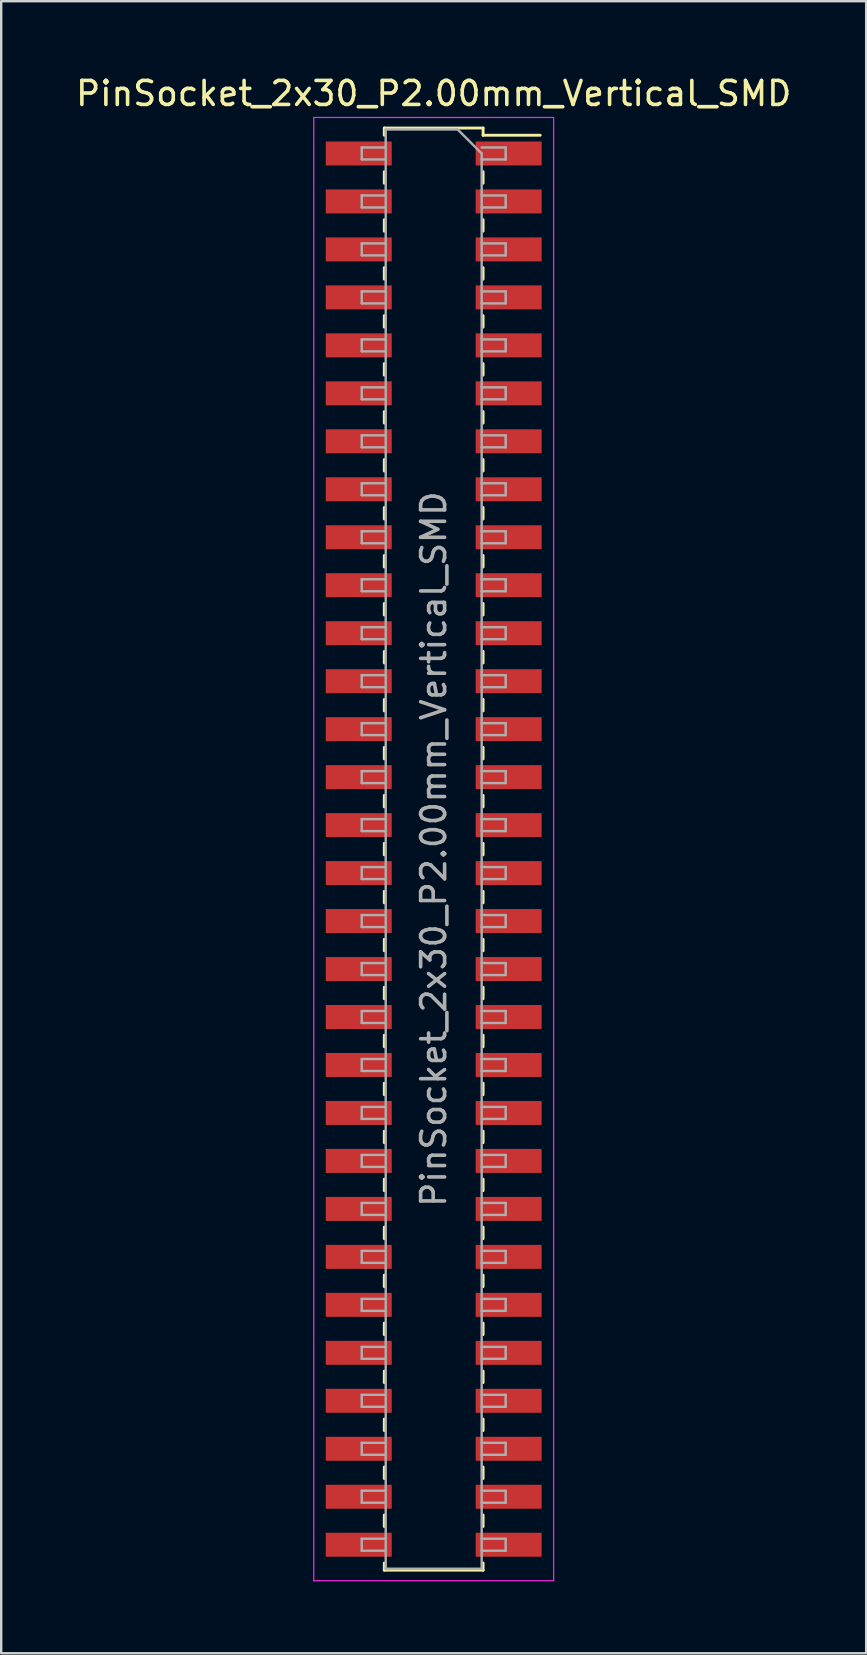
<source format=kicad_pcb>
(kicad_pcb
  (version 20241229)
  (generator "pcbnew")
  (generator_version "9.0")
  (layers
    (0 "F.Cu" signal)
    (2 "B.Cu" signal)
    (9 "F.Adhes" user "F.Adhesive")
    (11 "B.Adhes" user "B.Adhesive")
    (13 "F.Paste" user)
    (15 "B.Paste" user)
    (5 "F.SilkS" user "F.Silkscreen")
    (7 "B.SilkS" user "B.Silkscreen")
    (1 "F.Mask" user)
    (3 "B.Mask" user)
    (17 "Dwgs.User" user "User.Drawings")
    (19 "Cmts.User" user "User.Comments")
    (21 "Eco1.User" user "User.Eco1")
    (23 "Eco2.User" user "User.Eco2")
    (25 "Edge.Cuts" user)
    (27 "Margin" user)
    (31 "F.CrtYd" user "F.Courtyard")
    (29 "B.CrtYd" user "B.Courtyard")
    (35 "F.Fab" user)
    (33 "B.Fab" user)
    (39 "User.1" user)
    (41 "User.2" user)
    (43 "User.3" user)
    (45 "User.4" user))
  (footprint "PinSocket_2x30_P2.00mm_Vertical_SMD"
    (layer "F.Cu")
    (at 15.03 32.348)
    (property "Reference" "PinSocket_2x30_P2.00mm_Vertical_SMD" (at 0 -31.5 0) (layer "F.SilkS") (effects (font (size 1 1) (thickness 0.15))))
    (attr smd)
    (fp_line (start -2.06 -30.06) (end -2.06 -29.76) (stroke (width 0.12) (type solid)) (layer "F.SilkS"))
    (fp_line (start -2.06 -30.06) (end 2.06 -30.06) (stroke (width 0.12) (type solid)) (layer "F.SilkS"))
    (fp_line (start -2.06 -28.24) (end -2.06 -27.76) (stroke (width 0.12) (type solid)) (layer "F.SilkS"))
    (fp_line (start -2.06 -26.24) (end -2.06 -25.76) (stroke (width 0.12) (type solid)) (layer "F.SilkS"))
    (fp_line (start -2.06 -24.24) (end -2.06 -23.76) (stroke (width 0.12) (type solid)) (layer "F.SilkS"))
    (fp_line (start -2.06 -22.24) (end -2.06 -21.76) (stroke (width 0.12) (type solid)) (layer "F.SilkS"))
    (fp_line (start -2.06 -20.24) (end -2.06 -19.76) (stroke (width 0.12) (type solid)) (layer "F.SilkS"))
    (fp_line (start -2.06 -18.24) (end -2.06 -17.76) (stroke (width 0.12) (type solid)) (layer "F.SilkS"))
    (fp_line (start -2.06 -16.24) (end -2.06 -15.76) (stroke (width 0.12) (type solid)) (layer "F.SilkS"))
    (fp_line (start -2.06 -14.24) (end -2.06 -13.76) (stroke (width 0.12) (type solid)) (layer "F.SilkS"))
    (fp_line (start -2.06 -12.24) (end -2.06 -11.76) (stroke (width 0.12) (type solid)) (layer "F.SilkS"))
    (fp_line (start -2.06 -10.24) (end -2.06 -9.76) (stroke (width 0.12) (type solid)) (layer "F.SilkS"))
    (fp_line (start -2.06 -8.24) (end -2.06 -7.76) (stroke (width 0.12) (type solid)) (layer "F.SilkS"))
    (fp_line (start -2.06 -6.24) (end -2.06 -5.76) (stroke (width 0.12) (type solid)) (layer "F.SilkS"))
    (fp_line (start -2.06 -4.24) (end -2.06 -3.76) (stroke (width 0.12) (type solid)) (layer "F.SilkS"))
    (fp_line (start -2.06 -2.24) (end -2.06 -1.76) (stroke (width 0.12) (type solid)) (layer "F.SilkS"))
    (fp_line (start -2.06 -0.24) (end -2.06 0.24) (stroke (width 0.12) (type solid)) (layer "F.SilkS"))
    (fp_line (start -2.06 1.76) (end -2.06 2.24) (stroke (width 0.12) (type solid)) (layer "F.SilkS"))
    (fp_line (start -2.06 3.76) (end -2.06 4.24) (stroke (width 0.12) (type solid)) (layer "F.SilkS"))
    (fp_line (start -2.06 5.76) (end -2.06 6.24) (stroke (width 0.12) (type solid)) (layer "F.SilkS"))
    (fp_line (start -2.06 7.76) (end -2.06 8.24) (stroke (width 0.12) (type solid)) (layer "F.SilkS"))
    (fp_line (start -2.06 9.76) (end -2.06 10.24) (stroke (width 0.12) (type solid)) (layer "F.SilkS"))
    (fp_line (start -2.06 11.76) (end -2.06 12.24) (stroke (width 0.12) (type solid)) (layer "F.SilkS"))
    (fp_line (start -2.06 13.76) (end -2.06 14.24) (stroke (width 0.12) (type solid)) (layer "F.SilkS"))
    (fp_line (start -2.06 15.76) (end -2.06 16.24) (stroke (width 0.12) (type solid)) (layer "F.SilkS"))
    (fp_line (start -2.06 17.76) (end -2.06 18.24) (stroke (width 0.12) (type solid)) (layer "F.SilkS"))
    (fp_line (start -2.06 19.76) (end -2.06 20.24) (stroke (width 0.12) (type solid)) (layer "F.SilkS"))
    (fp_line (start -2.06 21.76) (end -2.06 22.24) (stroke (width 0.12) (type solid)) (layer "F.SilkS"))
    (fp_line (start -2.06 23.76) (end -2.06 24.24) (stroke (width 0.12) (type solid)) (layer "F.SilkS"))
    (fp_line (start -2.06 25.76) (end -2.06 26.24) (stroke (width 0.12) (type solid)) (layer "F.SilkS"))
    (fp_line (start -2.06 27.76) (end -2.06 28.24) (stroke (width 0.12) (type solid)) (layer "F.SilkS"))
    (fp_line (start -2.06 29.76) (end -2.06 30.06) (stroke (width 0.12) (type solid)) (layer "F.SilkS"))
    (fp_line (start -2.06 30.06) (end 2.06 30.06) (stroke (width 0.12) (type solid)) (layer "F.SilkS"))
    (fp_line (start 2.06 -30.06) (end 2.06 -29.76) (stroke (width 0.12) (type solid)) (layer "F.SilkS"))
    (fp_line (start 2.06 -29.76) (end 4.44 -29.76) (stroke (width 0.12) (type solid)) (layer "F.SilkS"))
    (fp_line (start 2.06 -28.24) (end 2.06 -27.76) (stroke (width 0.12) (type solid)) (layer "F.SilkS"))
    (fp_line (start 2.06 -26.24) (end 2.06 -25.76) (stroke (width 0.12) (type solid)) (layer "F.SilkS"))
    (fp_line (start 2.06 -24.24) (end 2.06 -23.76) (stroke (width 0.12) (type solid)) (layer "F.SilkS"))
    (fp_line (start 2.06 -22.24) (end 2.06 -21.76) (stroke (width 0.12) (type solid)) (layer "F.SilkS"))
    (fp_line (start 2.06 -20.24) (end 2.06 -19.76) (stroke (width 0.12) (type solid)) (layer "F.SilkS"))
    (fp_line (start 2.06 -18.24) (end 2.06 -17.76) (stroke (width 0.12) (type solid)) (layer "F.SilkS"))
    (fp_line (start 2.06 -16.24) (end 2.06 -15.76) (stroke (width 0.12) (type solid)) (layer "F.SilkS"))
    (fp_line (start 2.06 -14.24) (end 2.06 -13.76) (stroke (width 0.12) (type solid)) (layer "F.SilkS"))
    (fp_line (start 2.06 -12.24) (end 2.06 -11.76) (stroke (width 0.12) (type solid)) (layer "F.SilkS"))
    (fp_line (start 2.06 -10.24) (end 2.06 -9.76) (stroke (width 0.12) (type solid)) (layer "F.SilkS"))
    (fp_line (start 2.06 -8.24) (end 2.06 -7.76) (stroke (width 0.12) (type solid)) (layer "F.SilkS"))
    (fp_line (start 2.06 -6.24) (end 2.06 -5.76) (stroke (width 0.12) (type solid)) (layer "F.SilkS"))
    (fp_line (start 2.06 -4.24) (end 2.06 -3.76) (stroke (width 0.12) (type solid)) (layer "F.SilkS"))
    (fp_line (start 2.06 -2.24) (end 2.06 -1.76) (stroke (width 0.12) (type solid)) (layer "F.SilkS"))
    (fp_line (start 2.06 -0.24) (end 2.06 0.24) (stroke (width 0.12) (type solid)) (layer "F.SilkS"))
    (fp_line (start 2.06 1.76) (end 2.06 2.24) (stroke (width 0.12) (type solid)) (layer "F.SilkS"))
    (fp_line (start 2.06 3.76) (end 2.06 4.24) (stroke (width 0.12) (type solid)) (layer "F.SilkS"))
    (fp_line (start 2.06 5.76) (end 2.06 6.24) (stroke (width 0.12) (type solid)) (layer "F.SilkS"))
    (fp_line (start 2.06 7.76) (end 2.06 8.24) (stroke (width 0.12) (type solid)) (layer "F.SilkS"))
    (fp_line (start 2.06 9.76) (end 2.06 10.24) (stroke (width 0.12) (type solid)) (layer "F.SilkS"))
    (fp_line (start 2.06 11.76) (end 2.06 12.24) (stroke (width 0.12) (type solid)) (layer "F.SilkS"))
    (fp_line (start 2.06 13.76) (end 2.06 14.24) (stroke (width 0.12) (type solid)) (layer "F.SilkS"))
    (fp_line (start 2.06 15.76) (end 2.06 16.24) (stroke (width 0.12) (type solid)) (layer "F.SilkS"))
    (fp_line (start 2.06 17.76) (end 2.06 18.24) (stroke (width 0.12) (type solid)) (layer "F.SilkS"))
    (fp_line (start 2.06 19.76) (end 2.06 20.24) (stroke (width 0.12) (type solid)) (layer "F.SilkS"))
    (fp_line (start 2.06 21.76) (end 2.06 22.24) (stroke (width 0.12) (type solid)) (layer "F.SilkS"))
    (fp_line (start 2.06 23.76) (end 2.06 24.24) (stroke (width 0.12) (type solid)) (layer "F.SilkS"))
    (fp_line (start 2.06 25.76) (end 2.06 26.24) (stroke (width 0.12) (type solid)) (layer "F.SilkS"))
    (fp_line (start 2.06 27.76) (end 2.06 28.24) (stroke (width 0.12) (type solid)) (layer "F.SilkS"))
    (fp_line (start 2.06 29.76) (end 2.06 30.06) (stroke (width 0.12) (type solid)) (layer "F.SilkS"))
    (fp_line (start -5 -30.5) (end 5 -30.5) (stroke (width 0.05) (type solid)) (layer "F.CrtYd"))
    (fp_line (start -5 30.5) (end -5 -30.5) (stroke (width 0.05) (type solid)) (layer "F.CrtYd"))
    (fp_line (start 5 -30.5) (end 5 30.5) (stroke (width 0.05) (type solid)) (layer "F.CrtYd"))
    (fp_line (start 5 30.5) (end -5 30.5) (stroke (width 0.05) (type solid)) (layer "F.CrtYd"))
    (fp_line (start -3 -29.25) (end -2 -29.25) (stroke (width 0.1) (type solid)) (layer "F.Fab"))
    (fp_line (start -3 -28.75) (end -3 -29.25) (stroke (width 0.1) (type solid)) (layer "F.Fab"))
    (fp_line (start -3 -27.25) (end -2 -27.25) (stroke (width 0.1) (type solid)) (layer "F.Fab"))
    (fp_line (start -3 -26.75) (end -3 -27.25) (stroke (width 0.1) (type solid)) (layer "F.Fab"))
    (fp_line (start -3 -25.25) (end -2 -25.25) (stroke (width 0.1) (type solid)) (layer "F.Fab"))
    (fp_line (start -3 -24.75) (end -3 -25.25) (stroke (width 0.1) (type solid)) (layer "F.Fab"))
    (fp_line (start -3 -23.25) (end -2 -23.25) (stroke (width 0.1) (type solid)) (layer "F.Fab"))
    (fp_line (start -3 -22.75) (end -3 -23.25) (stroke (width 0.1) (type solid)) (layer "F.Fab"))
    (fp_line (start -3 -21.25) (end -2 -21.25) (stroke (width 0.1) (type solid)) (layer "F.Fab"))
    (fp_line (start -3 -20.75) (end -3 -21.25) (stroke (width 0.1) (type solid)) (layer "F.Fab"))
    (fp_line (start -3 -19.25) (end -2 -19.25) (stroke (width 0.1) (type solid)) (layer "F.Fab"))
    (fp_line (start -3 -18.75) (end -3 -19.25) (stroke (width 0.1) (type solid)) (layer "F.Fab"))
    (fp_line (start -3 -17.25) (end -2 -17.25) (stroke (width 0.1) (type solid)) (layer "F.Fab"))
    (fp_line (start -3 -16.75) (end -3 -17.25) (stroke (width 0.1) (type solid)) (layer "F.Fab"))
    (fp_line (start -3 -15.25) (end -2 -15.25) (stroke (width 0.1) (type solid)) (layer "F.Fab"))
    (fp_line (start -3 -14.75) (end -3 -15.25) (stroke (width 0.1) (type solid)) (layer "F.Fab"))
    (fp_line (start -3 -13.25) (end -2 -13.25) (stroke (width 0.1) (type solid)) (layer "F.Fab"))
    (fp_line (start -3 -12.75) (end -3 -13.25) (stroke (width 0.1) (type solid)) (layer "F.Fab"))
    (fp_line (start -3 -11.25) (end -2 -11.25) (stroke (width 0.1) (type solid)) (layer "F.Fab"))
    (fp_line (start -3 -10.75) (end -3 -11.25) (stroke (width 0.1) (type solid)) (layer "F.Fab"))
    (fp_line (start -3 -9.25) (end -2 -9.25) (stroke (width 0.1) (type solid)) (layer "F.Fab"))
    (fp_line (start -3 -8.75) (end -3 -9.25) (stroke (width 0.1) (type solid)) (layer "F.Fab"))
    (fp_line (start -3 -7.25) (end -2 -7.25) (stroke (width 0.1) (type solid)) (layer "F.Fab"))
    (fp_line (start -3 -6.75) (end -3 -7.25) (stroke (width 0.1) (type solid)) (layer "F.Fab"))
    (fp_line (start -3 -5.25) (end -2 -5.25) (stroke (width 0.1) (type solid)) (layer "F.Fab"))
    (fp_line (start -3 -4.75) (end -3 -5.25) (stroke (width 0.1) (type solid)) (layer "F.Fab"))
    (fp_line (start -3 -3.25) (end -2 -3.25) (stroke (width 0.1) (type solid)) (layer "F.Fab"))
    (fp_line (start -3 -2.75) (end -3 -3.25) (stroke (width 0.1) (type solid)) (layer "F.Fab"))
    (fp_line (start -3 -1.25) (end -2 -1.25) (stroke (width 0.1) (type solid)) (layer "F.Fab"))
    (fp_line (start -3 -0.75) (end -3 -1.25) (stroke (width 0.1) (type solid)) (layer "F.Fab"))
    (fp_line (start -3 0.75) (end -2 0.75) (stroke (width 0.1) (type solid)) (layer "F.Fab"))
    (fp_line (start -3 1.25) (end -3 0.75) (stroke (width 0.1) (type solid)) (layer "F.Fab"))
    (fp_line (start -3 2.75) (end -2 2.75) (stroke (width 0.1) (type solid)) (layer "F.Fab"))
    (fp_line (start -3 3.25) (end -3 2.75) (stroke (width 0.1) (type solid)) (layer "F.Fab"))
    (fp_line (start -3 4.75) (end -2 4.75) (stroke (width 0.1) (type solid)) (layer "F.Fab"))
    (fp_line (start -3 5.25) (end -3 4.75) (stroke (width 0.1) (type solid)) (layer "F.Fab"))
    (fp_line (start -3 6.75) (end -2 6.75) (stroke (width 0.1) (type solid)) (layer "F.Fab"))
    (fp_line (start -3 7.25) (end -3 6.75) (stroke (width 0.1) (type solid)) (layer "F.Fab"))
    (fp_line (start -3 8.75) (end -2 8.75) (stroke (width 0.1) (type solid)) (layer "F.Fab"))
    (fp_line (start -3 9.25) (end -3 8.75) (stroke (width 0.1) (type solid)) (layer "F.Fab"))
    (fp_line (start -3 10.75) (end -2 10.75) (stroke (width 0.1) (type solid)) (layer "F.Fab"))
    (fp_line (start -3 11.25) (end -3 10.75) (stroke (width 0.1) (type solid)) (layer "F.Fab"))
    (fp_line (start -3 12.75) (end -2 12.75) (stroke (width 0.1) (type solid)) (layer "F.Fab"))
    (fp_line (start -3 13.25) (end -3 12.75) (stroke (width 0.1) (type solid)) (layer "F.Fab"))
    (fp_line (start -3 14.75) (end -2 14.75) (stroke (width 0.1) (type solid)) (layer "F.Fab"))
    (fp_line (start -3 15.25) (end -3 14.75) (stroke (width 0.1) (type solid)) (layer "F.Fab"))
    (fp_line (start -3 16.75) (end -2 16.75) (stroke (width 0.1) (type solid)) (layer "F.Fab"))
    (fp_line (start -3 17.25) (end -3 16.75) (stroke (width 0.1) (type solid)) (layer "F.Fab"))
    (fp_line (start -3 18.75) (end -2 18.75) (stroke (width 0.1) (type solid)) (layer "F.Fab"))
    (fp_line (start -3 19.25) (end -3 18.75) (stroke (width 0.1) (type solid)) (layer "F.Fab"))
    (fp_line (start -3 20.75) (end -2 20.75) (stroke (width 0.1) (type solid)) (layer "F.Fab"))
    (fp_line (start -3 21.25) (end -3 20.75) (stroke (width 0.1) (type solid)) (layer "F.Fab"))
    (fp_line (start -3 22.75) (end -2 22.75) (stroke (width 0.1) (type solid)) (layer "F.Fab"))
    (fp_line (start -3 23.25) (end -3 22.75) (stroke (width 0.1) (type solid)) (layer "F.Fab"))
    (fp_line (start -3 24.75) (end -2 24.75) (stroke (width 0.1) (type solid)) (layer "F.Fab"))
    (fp_line (start -3 25.25) (end -3 24.75) (stroke (width 0.1) (type solid)) (layer "F.Fab"))
    (fp_line (start -3 26.75) (end -2 26.75) (stroke (width 0.1) (type solid)) (layer "F.Fab"))
    (fp_line (start -3 27.25) (end -3 26.75) (stroke (width 0.1) (type solid)) (layer "F.Fab"))
    (fp_line (start -3 28.75) (end -2 28.75) (stroke (width 0.1) (type solid)) (layer "F.Fab"))
    (fp_line (start -3 29.25) (end -3 28.75) (stroke (width 0.1) (type solid)) (layer "F.Fab"))
    (fp_line (start -2 -30) (end 1 -30) (stroke (width 0.1) (type solid)) (layer "F.Fab"))
    (fp_line (start -2 -28.75) (end -3 -28.75) (stroke (width 0.1) (type solid)) (layer "F.Fab"))
    (fp_line (start -2 -26.75) (end -3 -26.75) (stroke (width 0.1) (type solid)) (layer "F.Fab"))
    (fp_line (start -2 -24.75) (end -3 -24.75) (stroke (width 0.1) (type solid)) (layer "F.Fab"))
    (fp_line (start -2 -22.75) (end -3 -22.75) (stroke (width 0.1) (type solid)) (layer "F.Fab"))
    (fp_line (start -2 -20.75) (end -3 -20.75) (stroke (width 0.1) (type solid)) (layer "F.Fab"))
    (fp_line (start -2 -18.75) (end -3 -18.75) (stroke (width 0.1) (type solid)) (layer "F.Fab"))
    (fp_line (start -2 -16.75) (end -3 -16.75) (stroke (width 0.1) (type solid)) (layer "F.Fab"))
    (fp_line (start -2 -14.75) (end -3 -14.75) (stroke (width 0.1) (type solid)) (layer "F.Fab"))
    (fp_line (start -2 -12.75) (end -3 -12.75) (stroke (width 0.1) (type solid)) (layer "F.Fab"))
    (fp_line (start -2 -10.75) (end -3 -10.75) (stroke (width 0.1) (type solid)) (layer "F.Fab"))
    (fp_line (start -2 -8.75) (end -3 -8.75) (stroke (width 0.1) (type solid)) (layer "F.Fab"))
    (fp_line (start -2 -6.75) (end -3 -6.75) (stroke (width 0.1) (type solid)) (layer "F.Fab"))
    (fp_line (start -2 -4.75) (end -3 -4.75) (stroke (width 0.1) (type solid)) (layer "F.Fab"))
    (fp_line (start -2 -2.75) (end -3 -2.75) (stroke (width 0.1) (type solid)) (layer "F.Fab"))
    (fp_line (start -2 -0.75) (end -3 -0.75) (stroke (width 0.1) (type solid)) (layer "F.Fab"))
    (fp_line (start -2 1.25) (end -3 1.25) (stroke (width 0.1) (type solid)) (layer "F.Fab"))
    (fp_line (start -2 3.25) (end -3 3.25) (stroke (width 0.1) (type solid)) (layer "F.Fab"))
    (fp_line (start -2 5.25) (end -3 5.25) (stroke (width 0.1) (type solid)) (layer "F.Fab"))
    (fp_line (start -2 7.25) (end -3 7.25) (stroke (width 0.1) (type solid)) (layer "F.Fab"))
    (fp_line (start -2 9.25) (end -3 9.25) (stroke (width 0.1) (type solid)) (layer "F.Fab"))
    (fp_line (start -2 11.25) (end -3 11.25) (stroke (width 0.1) (type solid)) (layer "F.Fab"))
    (fp_line (start -2 13.25) (end -3 13.25) (stroke (width 0.1) (type solid)) (layer "F.Fab"))
    (fp_line (start -2 15.25) (end -3 15.25) (stroke (width 0.1) (type solid)) (layer "F.Fab"))
    (fp_line (start -2 17.25) (end -3 17.25) (stroke (width 0.1) (type solid)) (layer "F.Fab"))
    (fp_line (start -2 19.25) (end -3 19.25) (stroke (width 0.1) (type solid)) (layer "F.Fab"))
    (fp_line (start -2 21.25) (end -3 21.25) (stroke (width 0.1) (type solid)) (layer "F.Fab"))
    (fp_line (start -2 23.25) (end -3 23.25) (stroke (width 0.1) (type solid)) (layer "F.Fab"))
    (fp_line (start -2 25.25) (end -3 25.25) (stroke (width 0.1) (type solid)) (layer "F.Fab"))
    (fp_line (start -2 27.25) (end -3 27.25) (stroke (width 0.1) (type solid)) (layer "F.Fab"))
    (fp_line (start -2 29.25) (end -3 29.25) (stroke (width 0.1) (type solid)) (layer "F.Fab"))
    (fp_line (start -2 30) (end -2 -30) (stroke (width 0.1) (type solid)) (layer "F.Fab"))
    (fp_line (start 1 -30) (end 2 -29) (stroke (width 0.1) (type solid)) (layer "F.Fab"))
    (fp_line (start 2 -29.25) (end 3 -29.25) (stroke (width 0.1) (type solid)) (layer "F.Fab"))
    (fp_line (start 2 -29) (end 2 30) (stroke (width 0.1) (type solid)) (layer "F.Fab"))
    (fp_line (start 2 -27.25) (end 3 -27.25) (stroke (width 0.1) (type solid)) (layer "F.Fab"))
    (fp_line (start 2 -25.25) (end 3 -25.25) (stroke (width 0.1) (type solid)) (layer "F.Fab"))
    (fp_line (start 2 -23.25) (end 3 -23.25) (stroke (width 0.1) (type solid)) (layer "F.Fab"))
    (fp_line (start 2 -21.25) (end 3 -21.25) (stroke (width 0.1) (type solid)) (layer "F.Fab"))
    (fp_line (start 2 -19.25) (end 3 -19.25) (stroke (width 0.1) (type solid)) (layer "F.Fab"))
    (fp_line (start 2 -17.25) (end 3 -17.25) (stroke (width 0.1) (type solid)) (layer "F.Fab"))
    (fp_line (start 2 -15.25) (end 3 -15.25) (stroke (width 0.1) (type solid)) (layer "F.Fab"))
    (fp_line (start 2 -13.25) (end 3 -13.25) (stroke (width 0.1) (type solid)) (layer "F.Fab"))
    (fp_line (start 2 -11.25) (end 3 -11.25) (stroke (width 0.1) (type solid)) (layer "F.Fab"))
    (fp_line (start 2 -9.25) (end 3 -9.25) (stroke (width 0.1) (type solid)) (layer "F.Fab"))
    (fp_line (start 2 -7.25) (end 3 -7.25) (stroke (width 0.1) (type solid)) (layer "F.Fab"))
    (fp_line (start 2 -5.25) (end 3 -5.25) (stroke (width 0.1) (type solid)) (layer "F.Fab"))
    (fp_line (start 2 -3.25) (end 3 -3.25) (stroke (width 0.1) (type solid)) (layer "F.Fab"))
    (fp_line (start 2 -1.25) (end 3 -1.25) (stroke (width 0.1) (type solid)) (layer "F.Fab"))
    (fp_line (start 2 0.75) (end 3 0.75) (stroke (width 0.1) (type solid)) (layer "F.Fab"))
    (fp_line (start 2 2.75) (end 3 2.75) (stroke (width 0.1) (type solid)) (layer "F.Fab"))
    (fp_line (start 2 4.75) (end 3 4.75) (stroke (width 0.1) (type solid)) (layer "F.Fab"))
    (fp_line (start 2 6.75) (end 3 6.75) (stroke (width 0.1) (type solid)) (layer "F.Fab"))
    (fp_line (start 2 8.75) (end 3 8.75) (stroke (width 0.1) (type solid)) (layer "F.Fab"))
    (fp_line (start 2 10.75) (end 3 10.75) (stroke (width 0.1) (type solid)) (layer "F.Fab"))
    (fp_line (start 2 12.75) (end 3 12.75) (stroke (width 0.1) (type solid)) (layer "F.Fab"))
    (fp_line (start 2 14.75) (end 3 14.75) (stroke (width 0.1) (type solid)) (layer "F.Fab"))
    (fp_line (start 2 16.75) (end 3 16.75) (stroke (width 0.1) (type solid)) (layer "F.Fab"))
    (fp_line (start 2 18.75) (end 3 18.75) (stroke (width 0.1) (type solid)) (layer "F.Fab"))
    (fp_line (start 2 20.75) (end 3 20.75) (stroke (width 0.1) (type solid)) (layer "F.Fab"))
    (fp_line (start 2 22.75) (end 3 22.75) (stroke (width 0.1) (type solid)) (layer "F.Fab"))
    (fp_line (start 2 24.75) (end 3 24.75) (stroke (width 0.1) (type solid)) (layer "F.Fab"))
    (fp_line (start 2 26.75) (end 3 26.75) (stroke (width 0.1) (type solid)) (layer "F.Fab"))
    (fp_line (start 2 28.75) (end 3 28.75) (stroke (width 0.1) (type solid)) (layer "F.Fab"))
    (fp_line (start 2 30) (end -2 30) (stroke (width 0.1) (type solid)) (layer "F.Fab"))
    (fp_line (start 3 -29.25) (end 3 -28.75) (stroke (width 0.1) (type solid)) (layer "F.Fab"))
    (fp_line (start 3 -28.75) (end 2 -28.75) (stroke (width 0.1) (type solid)) (layer "F.Fab"))
    (fp_line (start 3 -27.25) (end 3 -26.75) (stroke (width 0.1) (type solid)) (layer "F.Fab"))
    (fp_line (start 3 -26.75) (end 2 -26.75) (stroke (width 0.1) (type solid)) (layer "F.Fab"))
    (fp_line (start 3 -25.25) (end 3 -24.75) (stroke (width 0.1) (type solid)) (layer "F.Fab"))
    (fp_line (start 3 -24.75) (end 2 -24.75) (stroke (width 0.1) (type solid)) (layer "F.Fab"))
    (fp_line (start 3 -23.25) (end 3 -22.75) (stroke (width 0.1) (type solid)) (layer "F.Fab"))
    (fp_line (start 3 -22.75) (end 2 -22.75) (stroke (width 0.1) (type solid)) (layer "F.Fab"))
    (fp_line (start 3 -21.25) (end 3 -20.75) (stroke (width 0.1) (type solid)) (layer "F.Fab"))
    (fp_line (start 3 -20.75) (end 2 -20.75) (stroke (width 0.1) (type solid)) (layer "F.Fab"))
    (fp_line (start 3 -19.25) (end 3 -18.75) (stroke (width 0.1) (type solid)) (layer "F.Fab"))
    (fp_line (start 3 -18.75) (end 2 -18.75) (stroke (width 0.1) (type solid)) (layer "F.Fab"))
    (fp_line (start 3 -17.25) (end 3 -16.75) (stroke (width 0.1) (type solid)) (layer "F.Fab"))
    (fp_line (start 3 -16.75) (end 2 -16.75) (stroke (width 0.1) (type solid)) (layer "F.Fab"))
    (fp_line (start 3 -15.25) (end 3 -14.75) (stroke (width 0.1) (type solid)) (layer "F.Fab"))
    (fp_line (start 3 -14.75) (end 2 -14.75) (stroke (width 0.1) (type solid)) (layer "F.Fab"))
    (fp_line (start 3 -13.25) (end 3 -12.75) (stroke (width 0.1) (type solid)) (layer "F.Fab"))
    (fp_line (start 3 -12.75) (end 2 -12.75) (stroke (width 0.1) (type solid)) (layer "F.Fab"))
    (fp_line (start 3 -11.25) (end 3 -10.75) (stroke (width 0.1) (type solid)) (layer "F.Fab"))
    (fp_line (start 3 -10.75) (end 2 -10.75) (stroke (width 0.1) (type solid)) (layer "F.Fab"))
    (fp_line (start 3 -9.25) (end 3 -8.75) (stroke (width 0.1) (type solid)) (layer "F.Fab"))
    (fp_line (start 3 -8.75) (end 2 -8.75) (stroke (width 0.1) (type solid)) (layer "F.Fab"))
    (fp_line (start 3 -7.25) (end 3 -6.75) (stroke (width 0.1) (type solid)) (layer "F.Fab"))
    (fp_line (start 3 -6.75) (end 2 -6.75) (stroke (width 0.1) (type solid)) (layer "F.Fab"))
    (fp_line (start 3 -5.25) (end 3 -4.75) (stroke (width 0.1) (type solid)) (layer "F.Fab"))
    (fp_line (start 3 -4.75) (end 2 -4.75) (stroke (width 0.1) (type solid)) (layer "F.Fab"))
    (fp_line (start 3 -3.25) (end 3 -2.75) (stroke (width 0.1) (type solid)) (layer "F.Fab"))
    (fp_line (start 3 -2.75) (end 2 -2.75) (stroke (width 0.1) (type solid)) (layer "F.Fab"))
    (fp_line (start 3 -1.25) (end 3 -0.75) (stroke (width 0.1) (type solid)) (layer "F.Fab"))
    (fp_line (start 3 -0.75) (end 2 -0.75) (stroke (width 0.1) (type solid)) (layer "F.Fab"))
    (fp_line (start 3 0.75) (end 3 1.25) (stroke (width 0.1) (type solid)) (layer "F.Fab"))
    (fp_line (start 3 1.25) (end 2 1.25) (stroke (width 0.1) (type solid)) (layer "F.Fab"))
    (fp_line (start 3 2.75) (end 3 3.25) (stroke (width 0.1) (type solid)) (layer "F.Fab"))
    (fp_line (start 3 3.25) (end 2 3.25) (stroke (width 0.1) (type solid)) (layer "F.Fab"))
    (fp_line (start 3 4.75) (end 3 5.25) (stroke (width 0.1) (type solid)) (layer "F.Fab"))
    (fp_line (start 3 5.25) (end 2 5.25) (stroke (width 0.1) (type solid)) (layer "F.Fab"))
    (fp_line (start 3 6.75) (end 3 7.25) (stroke (width 0.1) (type solid)) (layer "F.Fab"))
    (fp_line (start 3 7.25) (end 2 7.25) (stroke (width 0.1) (type solid)) (layer "F.Fab"))
    (fp_line (start 3 8.75) (end 3 9.25) (stroke (width 0.1) (type solid)) (layer "F.Fab"))
    (fp_line (start 3 9.25) (end 2 9.25) (stroke (width 0.1) (type solid)) (layer "F.Fab"))
    (fp_line (start 3 10.75) (end 3 11.25) (stroke (width 0.1) (type solid)) (layer "F.Fab"))
    (fp_line (start 3 11.25) (end 2 11.25) (stroke (width 0.1) (type solid)) (layer "F.Fab"))
    (fp_line (start 3 12.75) (end 3 13.25) (stroke (width 0.1) (type solid)) (layer "F.Fab"))
    (fp_line (start 3 13.25) (end 2 13.25) (stroke (width 0.1) (type solid)) (layer "F.Fab"))
    (fp_line (start 3 14.75) (end 3 15.25) (stroke (width 0.1) (type solid)) (layer "F.Fab"))
    (fp_line (start 3 15.25) (end 2 15.25) (stroke (width 0.1) (type solid)) (layer "F.Fab"))
    (fp_line (start 3 16.75) (end 3 17.25) (stroke (width 0.1) (type solid)) (layer "F.Fab"))
    (fp_line (start 3 17.25) (end 2 17.25) (stroke (width 0.1) (type solid)) (layer "F.Fab"))
    (fp_line (start 3 18.75) (end 3 19.25) (stroke (width 0.1) (type solid)) (layer "F.Fab"))
    (fp_line (start 3 19.25) (end 2 19.25) (stroke (width 0.1) (type solid)) (layer "F.Fab"))
    (fp_line (start 3 20.75) (end 3 21.25) (stroke (width 0.1) (type solid)) (layer "F.Fab"))
    (fp_line (start 3 21.25) (end 2 21.25) (stroke (width 0.1) (type solid)) (layer "F.Fab"))
    (fp_line (start 3 22.75) (end 3 23.25) (stroke (width 0.1) (type solid)) (layer "F.Fab"))
    (fp_line (start 3 23.25) (end 2 23.25) (stroke (width 0.1) (type solid)) (layer "F.Fab"))
    (fp_line (start 3 24.75) (end 3 25.25) (stroke (width 0.1) (type solid)) (layer "F.Fab"))
    (fp_line (start 3 25.25) (end 2 25.25) (stroke (width 0.1) (type solid)) (layer "F.Fab"))
    (fp_line (start 3 26.75) (end 3 27.25) (stroke (width 0.1) (type solid)) (layer "F.Fab"))
    (fp_line (start 3 27.25) (end 2 27.25) (stroke (width 0.1) (type solid)) (layer "F.Fab"))
    (fp_line (start 3 28.75) (end 3 29.25) (stroke (width 0.1) (type solid)) (layer "F.Fab"))
    (fp_line (start 3 29.25) (end 2 29.25) (stroke (width 0.1) (type solid)) (layer "F.Fab"))
    (fp_text user "${REFERENCE}" (at 0 0 90) (layer "F.Fab") (effects (font (size 1 1) (thickness 0.15))))
    (pad "1" smd rect (at 3.125 -29) (size 2.75 1) (layers "F.Cu" "F.Mask" "F.Paste"))
    (pad "2" smd rect (at -3.125 -29) (size 2.75 1) (layers "F.Cu" "F.Mask" "F.Paste"))
    (pad "3" smd rect (at 3.125 -27) (size 2.75 1) (layers "F.Cu" "F.Mask" "F.Paste"))
    (pad "4" smd rect (at -3.125 -27) (size 2.75 1) (layers "F.Cu" "F.Mask" "F.Paste"))
    (pad "5" smd rect (at 3.125 -25) (size 2.75 1) (layers "F.Cu" "F.Mask" "F.Paste"))
    (pad "6" smd rect (at -3.125 -25) (size 2.75 1) (layers "F.Cu" "F.Mask" "F.Paste"))
    (pad "7" smd rect (at 3.125 -23) (size 2.75 1) (layers "F.Cu" "F.Mask" "F.Paste"))
    (pad "8" smd rect (at -3.125 -23) (size 2.75 1) (layers "F.Cu" "F.Mask" "F.Paste"))
    (pad "9" smd rect (at 3.125 -21) (size 2.75 1) (layers "F.Cu" "F.Mask" "F.Paste"))
    (pad "10" smd rect (at -3.125 -21) (size 2.75 1) (layers "F.Cu" "F.Mask" "F.Paste"))
    (pad "11" smd rect (at 3.125 -19) (size 2.75 1) (layers "F.Cu" "F.Mask" "F.Paste"))
    (pad "12" smd rect (at -3.125 -19) (size 2.75 1) (layers "F.Cu" "F.Mask" "F.Paste"))
    (pad "13" smd rect (at 3.125 -17) (size 2.75 1) (layers "F.Cu" "F.Mask" "F.Paste"))
    (pad "14" smd rect (at -3.125 -17) (size 2.75 1) (layers "F.Cu" "F.Mask" "F.Paste"))
    (pad "15" smd rect (at 3.125 -15) (size 2.75 1) (layers "F.Cu" "F.Mask" "F.Paste"))
    (pad "16" smd rect (at -3.125 -15) (size 2.75 1) (layers "F.Cu" "F.Mask" "F.Paste"))
    (pad "17" smd rect (at 3.125 -13) (size 2.75 1) (layers "F.Cu" "F.Mask" "F.Paste"))
    (pad "18" smd rect (at -3.125 -13) (size 2.75 1) (layers "F.Cu" "F.Mask" "F.Paste"))
    (pad "19" smd rect (at 3.125 -11) (size 2.75 1) (layers "F.Cu" "F.Mask" "F.Paste"))
    (pad "20" smd rect (at -3.125 -11) (size 2.75 1) (layers "F.Cu" "F.Mask" "F.Paste"))
    (pad "21" smd rect (at 3.125 -9) (size 2.75 1) (layers "F.Cu" "F.Mask" "F.Paste"))
    (pad "22" smd rect (at -3.125 -9) (size 2.75 1) (layers "F.Cu" "F.Mask" "F.Paste"))
    (pad "23" smd rect (at 3.125 -7) (size 2.75 1) (layers "F.Cu" "F.Mask" "F.Paste"))
    (pad "24" smd rect (at -3.125 -7) (size 2.75 1) (layers "F.Cu" "F.Mask" "F.Paste"))
    (pad "25" smd rect (at 3.125 -5) (size 2.75 1) (layers "F.Cu" "F.Mask" "F.Paste"))
    (pad "26" smd rect (at -3.125 -5) (size 2.75 1) (layers "F.Cu" "F.Mask" "F.Paste"))
    (pad "27" smd rect (at 3.125 -3) (size 2.75 1) (layers "F.Cu" "F.Mask" "F.Paste"))
    (pad "28" smd rect (at -3.125 -3) (size 2.75 1) (layers "F.Cu" "F.Mask" "F.Paste"))
    (pad "29" smd rect (at 3.125 -1) (size 2.75 1) (layers "F.Cu" "F.Mask" "F.Paste"))
    (pad "30" smd rect (at -3.125 -1) (size 2.75 1) (layers "F.Cu" "F.Mask" "F.Paste"))
    (pad "31" smd rect (at 3.125 1) (size 2.75 1) (layers "F.Cu" "F.Mask" "F.Paste"))
    (pad "32" smd rect (at -3.125 1) (size 2.75 1) (layers "F.Cu" "F.Mask" "F.Paste"))
    (pad "33" smd rect (at 3.125 3) (size 2.75 1) (layers "F.Cu" "F.Mask" "F.Paste"))
    (pad "34" smd rect (at -3.125 3) (size 2.75 1) (layers "F.Cu" "F.Mask" "F.Paste"))
    (pad "35" smd rect (at 3.125 5) (size 2.75 1) (layers "F.Cu" "F.Mask" "F.Paste"))
    (pad "36" smd rect (at -3.125 5) (size 2.75 1) (layers "F.Cu" "F.Mask" "F.Paste"))
    (pad "37" smd rect (at 3.125 7) (size 2.75 1) (layers "F.Cu" "F.Mask" "F.Paste"))
    (pad "38" smd rect (at -3.125 7) (size 2.75 1) (layers "F.Cu" "F.Mask" "F.Paste"))
    (pad "39" smd rect (at 3.125 9) (size 2.75 1) (layers "F.Cu" "F.Mask" "F.Paste"))
    (pad "40" smd rect (at -3.125 9) (size 2.75 1) (layers "F.Cu" "F.Mask" "F.Paste"))
    (pad "41" smd rect (at 3.125 11) (size 2.75 1) (layers "F.Cu" "F.Mask" "F.Paste"))
    (pad "42" smd rect (at -3.125 11) (size 2.75 1) (layers "F.Cu" "F.Mask" "F.Paste"))
    (pad "43" smd rect (at 3.125 13) (size 2.75 1) (layers "F.Cu" "F.Mask" "F.Paste"))
    (pad "44" smd rect (at -3.125 13) (size 2.75 1) (layers "F.Cu" "F.Mask" "F.Paste"))
    (pad "45" smd rect (at 3.125 15) (size 2.75 1) (layers "F.Cu" "F.Mask" "F.Paste"))
    (pad "46" smd rect (at -3.125 15) (size 2.75 1) (layers "F.Cu" "F.Mask" "F.Paste"))
    (pad "47" smd rect (at 3.125 17) (size 2.75 1) (layers "F.Cu" "F.Mask" "F.Paste"))
    (pad "48" smd rect (at -3.125 17) (size 2.75 1) (layers "F.Cu" "F.Mask" "F.Paste"))
    (pad "49" smd rect (at 3.125 19) (size 2.75 1) (layers "F.Cu" "F.Mask" "F.Paste"))
    (pad "50" smd rect (at -3.125 19) (size 2.75 1) (layers "F.Cu" "F.Mask" "F.Paste"))
    (pad "51" smd rect (at 3.125 21) (size 2.75 1) (layers "F.Cu" "F.Mask" "F.Paste"))
    (pad "52" smd rect (at -3.125 21) (size 2.75 1) (layers "F.Cu" "F.Mask" "F.Paste"))
    (pad "53" smd rect (at 3.125 23) (size 2.75 1) (layers "F.Cu" "F.Mask" "F.Paste"))
    (pad "54" smd rect (at -3.125 23) (size 2.75 1) (layers "F.Cu" "F.Mask" "F.Paste"))
    (pad "55" smd rect (at 3.125 25) (size 2.75 1) (layers "F.Cu" "F.Mask" "F.Paste"))
    (pad "56" smd rect (at -3.125 25) (size 2.75 1) (layers "F.Cu" "F.Mask" "F.Paste"))
    (pad "57" smd rect (at 3.125 27) (size 2.75 1) (layers "F.Cu" "F.Mask" "F.Paste"))
    (pad "58" smd rect (at -3.125 27) (size 2.75 1) (layers "F.Cu" "F.Mask" "F.Paste"))
    (pad "59" smd rect (at 3.125 29) (size 2.75 1) (layers "F.Cu" "F.Mask" "F.Paste"))
    (pad "60" smd rect (at -3.125 29) (size 2.75 1) (layers "F.Cu" "F.Mask" "F.Paste")))
  (gr_rect
    (start -3 -3)
    (end 33.06 65.873)
    (stroke (width 0.1) (type default))
    (fill no)
    (layer "Edge.Cuts")))
</source>
